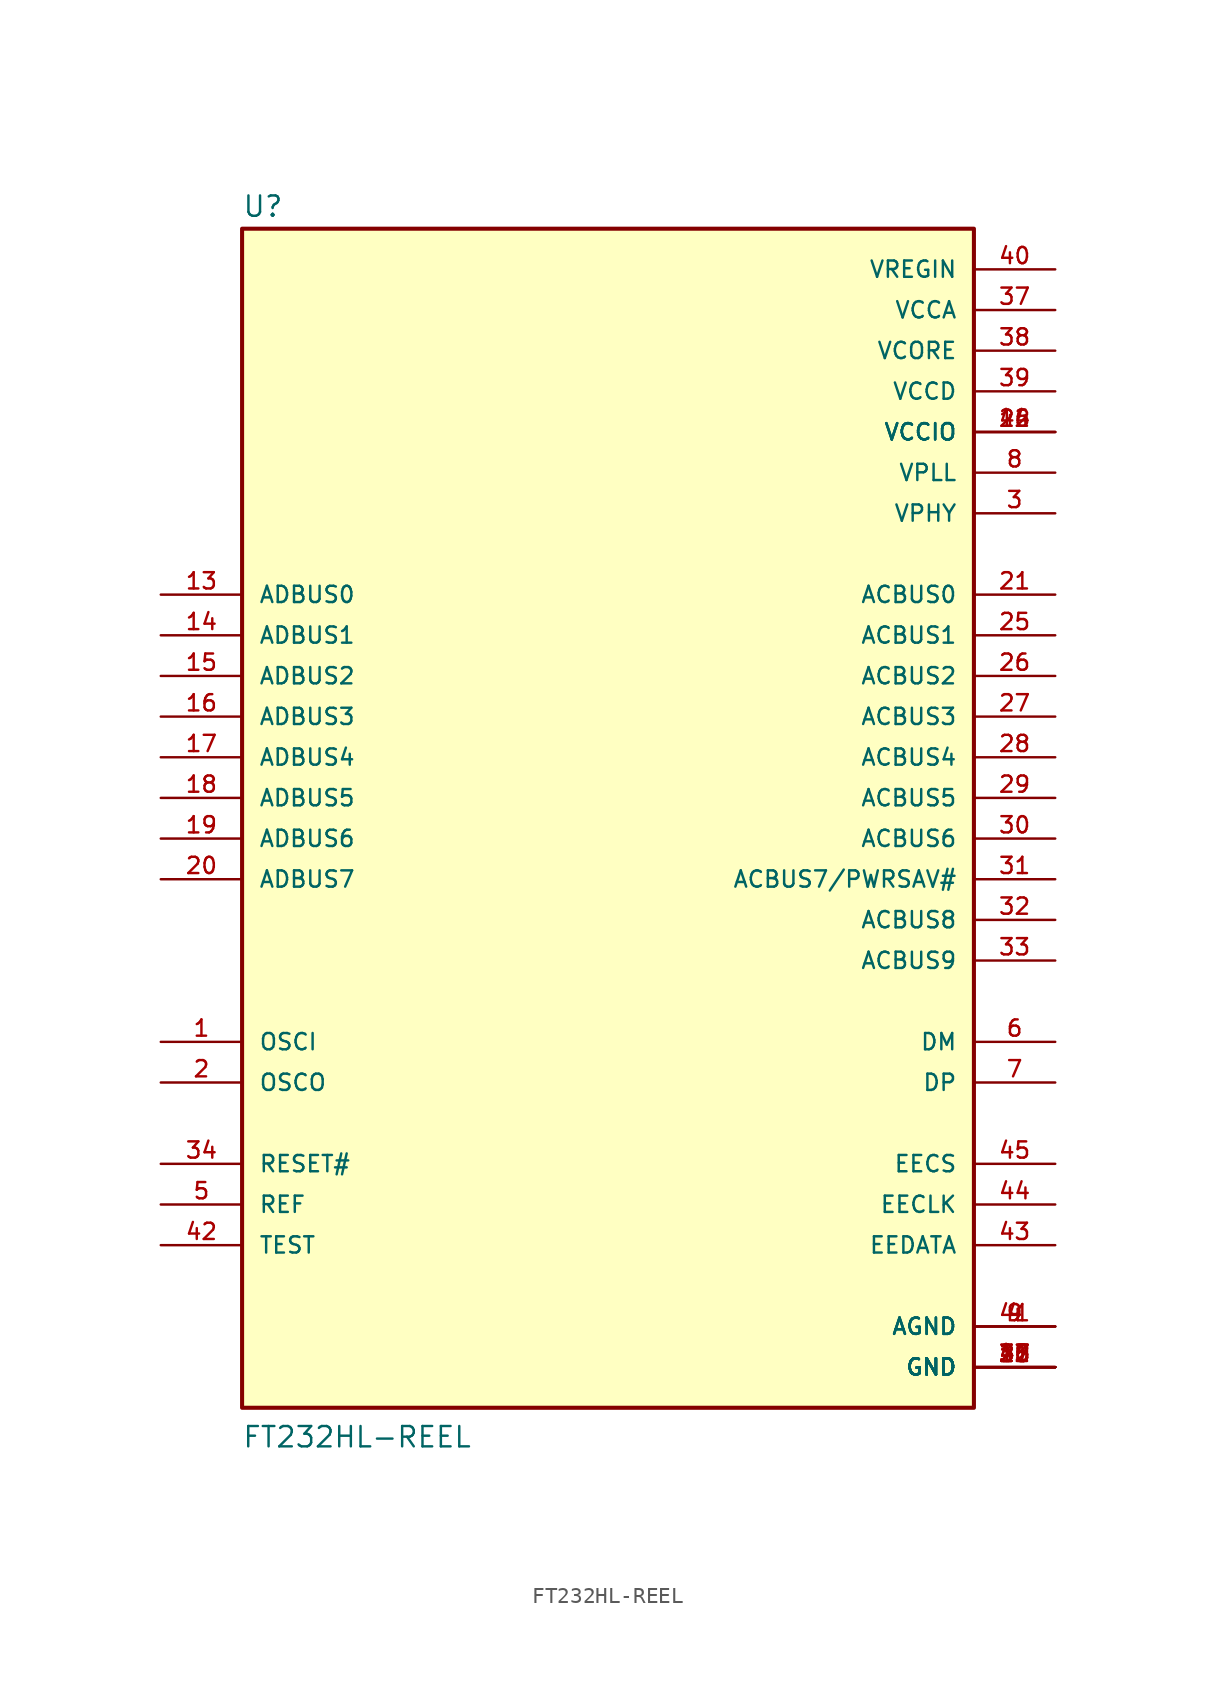
<source format=kicad_sym>
(kicad_symbol_lib
  (version 20211014)
  (generator kicad_symbol_editor)
  (symbol "FT232HL-REEL"
    (pin_names
      (offset 1.016))
    (property "Reference" "U"
      (at -22.866 36.205 0)
      (effects (font (size 1.27 1.27)) (justify bottom left)))
    (property "Value" "FT232HL-REEL"
      (at -22.878 -40.672 0)
      (effects (font (size 1.27 1.27)) (justify bottom left)))
    (symbol "FT232HL-REEL_0_0"
      (rectangle (start -22.86 -38.1) (end 22.86 35.56) (stroke (width 0.254)) (fill (type background)))
      (pin bidirectional line (at -27.94 12.7 0) (length 5.08) (name "ADBUS0" (effects (font (size 1.016 1.016)))) (number "13" (effects (font (size 1.016 1.016)))))
      (pin bidirectional line (at -27.94 10.16 0) (length 5.08) (name "ADBUS1" (effects (font (size 1.016 1.016)))) (number "14" (effects (font (size 1.016 1.016)))))
      (pin bidirectional line (at -27.94 7.62 0) (length 5.08) (name "ADBUS2" (effects (font (size 1.016 1.016)))) (number "15" (effects (font (size 1.016 1.016)))))
      (pin bidirectional line (at -27.94 5.08 0) (length 5.08) (name "ADBUS3" (effects (font (size 1.016 1.016)))) (number "16" (effects (font (size 1.016 1.016)))))
      (pin bidirectional line (at -27.94 2.54 0) (length 5.08) (name "ADBUS4" (effects (font (size 1.016 1.016)))) (number "17" (effects (font (size 1.016 1.016)))))
      (pin bidirectional line (at -27.94 0.0 0) (length 5.08) (name "ADBUS5" (effects (font (size 1.016 1.016)))) (number "18" (effects (font (size 1.016 1.016)))))
      (pin bidirectional line (at -27.94 -2.54 0) (length 5.08) (name "ADBUS6" (effects (font (size 1.016 1.016)))) (number "19" (effects (font (size 1.016 1.016)))))
      (pin bidirectional line (at -27.94 -5.08 0) (length 5.08) (name "ADBUS7" (effects (font (size 1.016 1.016)))) (number "20" (effects (font (size 1.016 1.016)))))
      (pin bidirectional line (at 27.94 12.7 180.0) (length 5.08) (name "ACBUS0" (effects (font (size 1.016 1.016)))) (number "21" (effects (font (size 1.016 1.016)))))
      (pin bidirectional line (at 27.94 10.16 180.0) (length 5.08) (name "ACBUS1" (effects (font (size 1.016 1.016)))) (number "25" (effects (font (size 1.016 1.016)))))
      (pin bidirectional line (at 27.94 7.62 180.0) (length 5.08) (name "ACBUS2" (effects (font (size 1.016 1.016)))) (number "26" (effects (font (size 1.016 1.016)))))
      (pin bidirectional line (at 27.94 5.08 180.0) (length 5.08) (name "ACBUS3" (effects (font (size 1.016 1.016)))) (number "27" (effects (font (size 1.016 1.016)))))
      (pin bidirectional line (at 27.94 2.54 180.0) (length 5.08) (name "ACBUS4" (effects (font (size 1.016 1.016)))) (number "28" (effects (font (size 1.016 1.016)))))
      (pin bidirectional line (at 27.94 0.0 180.0) (length 5.08) (name "ACBUS5" (effects (font (size 1.016 1.016)))) (number "29" (effects (font (size 1.016 1.016)))))
      (pin bidirectional line (at 27.94 -2.54 180.0) (length 5.08) (name "ACBUS6" (effects (font (size 1.016 1.016)))) (number "30" (effects (font (size 1.016 1.016)))))
      (pin bidirectional line (at 27.94 -5.08 180.0) (length 5.08) (name "ACBUS7/PWRSAV#" (effects (font (size 1.016 1.016)))) (number "31" (effects (font (size 1.016 1.016)))))
      (pin bidirectional line (at 27.94 -7.62 180.0) (length 5.08) (name "ACBUS8" (effects (font (size 1.016 1.016)))) (number "32" (effects (font (size 1.016 1.016)))))
      (pin bidirectional line (at 27.94 -10.16 180.0) (length 5.08) (name "ACBUS9" (effects (font (size 1.016 1.016)))) (number "33" (effects (font (size 1.016 1.016)))))
      (pin power_in line (at 27.94 33.02 180.0) (length 5.08) (name "VREGIN" (effects (font (size 1.016 1.016)))) (number "40" (effects (font (size 1.016 1.016)))))
      (pin power_in line (at 27.94 30.48 180.0) (length 5.08) (name "VCCA" (effects (font (size 1.016 1.016)))) (number "37" (effects (font (size 1.016 1.016)))))
      (pin power_in line (at 27.94 27.94 180.0) (length 5.08) (name "VCORE" (effects (font (size 1.016 1.016)))) (number "38" (effects (font (size 1.016 1.016)))))
      (pin power_in line (at 27.94 25.4 180.0) (length 5.08) (name "VCCD" (effects (font (size 1.016 1.016)))) (number "39" (effects (font (size 1.016 1.016)))))
      (pin power_in line (at 27.94 22.86 180.0) (length 5.08) (name "VCCIO" (effects (font (size 1.016 1.016)))) (number "12" (effects (font (size 1.016 1.016)))))
      (pin power_in line (at 27.94 22.86 180.0) (length 5.08) (name "VCCIO" (effects (font (size 1.016 1.016)))) (number "24" (effects (font (size 1.016 1.016)))))
      (pin power_in line (at 27.94 22.86 180.0) (length 5.08) (name "VCCIO" (effects (font (size 1.016 1.016)))) (number "46" (effects (font (size 1.016 1.016)))))
      (pin power_in line (at 27.94 20.32 180.0) (length 5.08) (name "VPLL" (effects (font (size 1.016 1.016)))) (number "8" (effects (font (size 1.016 1.016)))))
      (pin power_in line (at 27.94 17.78 180.0) (length 5.08) (name "VPHY" (effects (font (size 1.016 1.016)))) (number "3" (effects (font (size 1.016 1.016)))))
      (pin power_in line (at 27.94 -33.02 180.0) (length 5.08) (name "AGND" (effects (font (size 1.016 1.016)))) (number "4" (effects (font (size 1.016 1.016)))))
      (pin power_in line (at 27.94 -33.02 180.0) (length 5.08) (name "AGND" (effects (font (size 1.016 1.016)))) (number "9" (effects (font (size 1.016 1.016)))))
      (pin power_in line (at 27.94 -33.02 180.0) (length 5.08) (name "AGND" (effects (font (size 1.016 1.016)))) (number "41" (effects (font (size 1.016 1.016)))))
      (pin power_in line (at 27.94 -35.56 180.0) (length 5.08) (name "GND" (effects (font (size 1.016 1.016)))) (number "10" (effects (font (size 1.016 1.016)))))
      (pin power_in line (at 27.94 -35.56 180.0) (length 5.08) (name "GND" (effects (font (size 1.016 1.016)))) (number "11" (effects (font (size 1.016 1.016)))))
      (pin power_in line (at 27.94 -35.56 180.0) (length 5.08) (name "GND" (effects (font (size 1.016 1.016)))) (number "22" (effects (font (size 1.016 1.016)))))
      (pin power_in line (at 27.94 -35.56 180.0) (length 5.08) (name "GND" (effects (font (size 1.016 1.016)))) (number "23" (effects (font (size 1.016 1.016)))))
      (pin power_in line (at 27.94 -35.56 180.0) (length 5.08) (name "GND" (effects (font (size 1.016 1.016)))) (number "35" (effects (font (size 1.016 1.016)))))
      (pin power_in line (at 27.94 -35.56 180.0) (length 5.08) (name "GND" (effects (font (size 1.016 1.016)))) (number "36" (effects (font (size 1.016 1.016)))))
      (pin power_in line (at 27.94 -35.56 180.0) (length 5.08) (name "GND" (effects (font (size 1.016 1.016)))) (number "47" (effects (font (size 1.016 1.016)))))
      (pin power_in line (at 27.94 -35.56 180.0) (length 5.08) (name "GND" (effects (font (size 1.016 1.016)))) (number "48" (effects (font (size 1.016 1.016)))))
      (pin input line (at -27.94 -15.24 0) (length 5.08) (name "OSCI" (effects (font (size 1.016 1.016)))) (number "1" (effects (font (size 1.016 1.016)))))
      (pin output line (at -27.94 -17.78 0) (length 5.08) (name "OSCO" (effects (font (size 1.016 1.016)))) (number "2" (effects (font (size 1.016 1.016)))))
      (pin input line (at -27.94 -25.4 0) (length 5.08) (name "REF" (effects (font (size 1.016 1.016)))) (number "5" (effects (font (size 1.016 1.016)))))
      (pin bidirectional line (at 27.94 -15.24 180.0) (length 5.08) (name "DM" (effects (font (size 1.016 1.016)))) (number "6" (effects (font (size 1.016 1.016)))))
      (pin bidirectional line (at 27.94 -17.78 180.0) (length 5.08) (name "DP" (effects (font (size 1.016 1.016)))) (number "7" (effects (font (size 1.016 1.016)))))
      (pin input line (at -27.94 -27.94 0) (length 5.08) (name "TEST" (effects (font (size 1.016 1.016)))) (number "42" (effects (font (size 1.016 1.016)))))
      (pin input line (at -27.94 -22.86 0) (length 5.08) (name "RESET#" (effects (font (size 1.016 1.016)))) (number "34" (effects (font (size 1.016 1.016)))))
      (pin bidirectional line (at 27.94 -22.86 180.0) (length 5.08) (name "EECS" (effects (font (size 1.016 1.016)))) (number "45" (effects (font (size 1.016 1.016)))))
      (pin output line (at 27.94 -25.4 180.0) (length 5.08) (name "EECLK" (effects (font (size 1.016 1.016)))) (number "44" (effects (font (size 1.016 1.016)))))
      (pin bidirectional line (at 27.94 -27.94 180.0) (length 5.08) (name "EEDATA" (effects (font (size 1.016 1.016)))) (number "43" (effects (font (size 1.016 1.016))))))))
</source>
